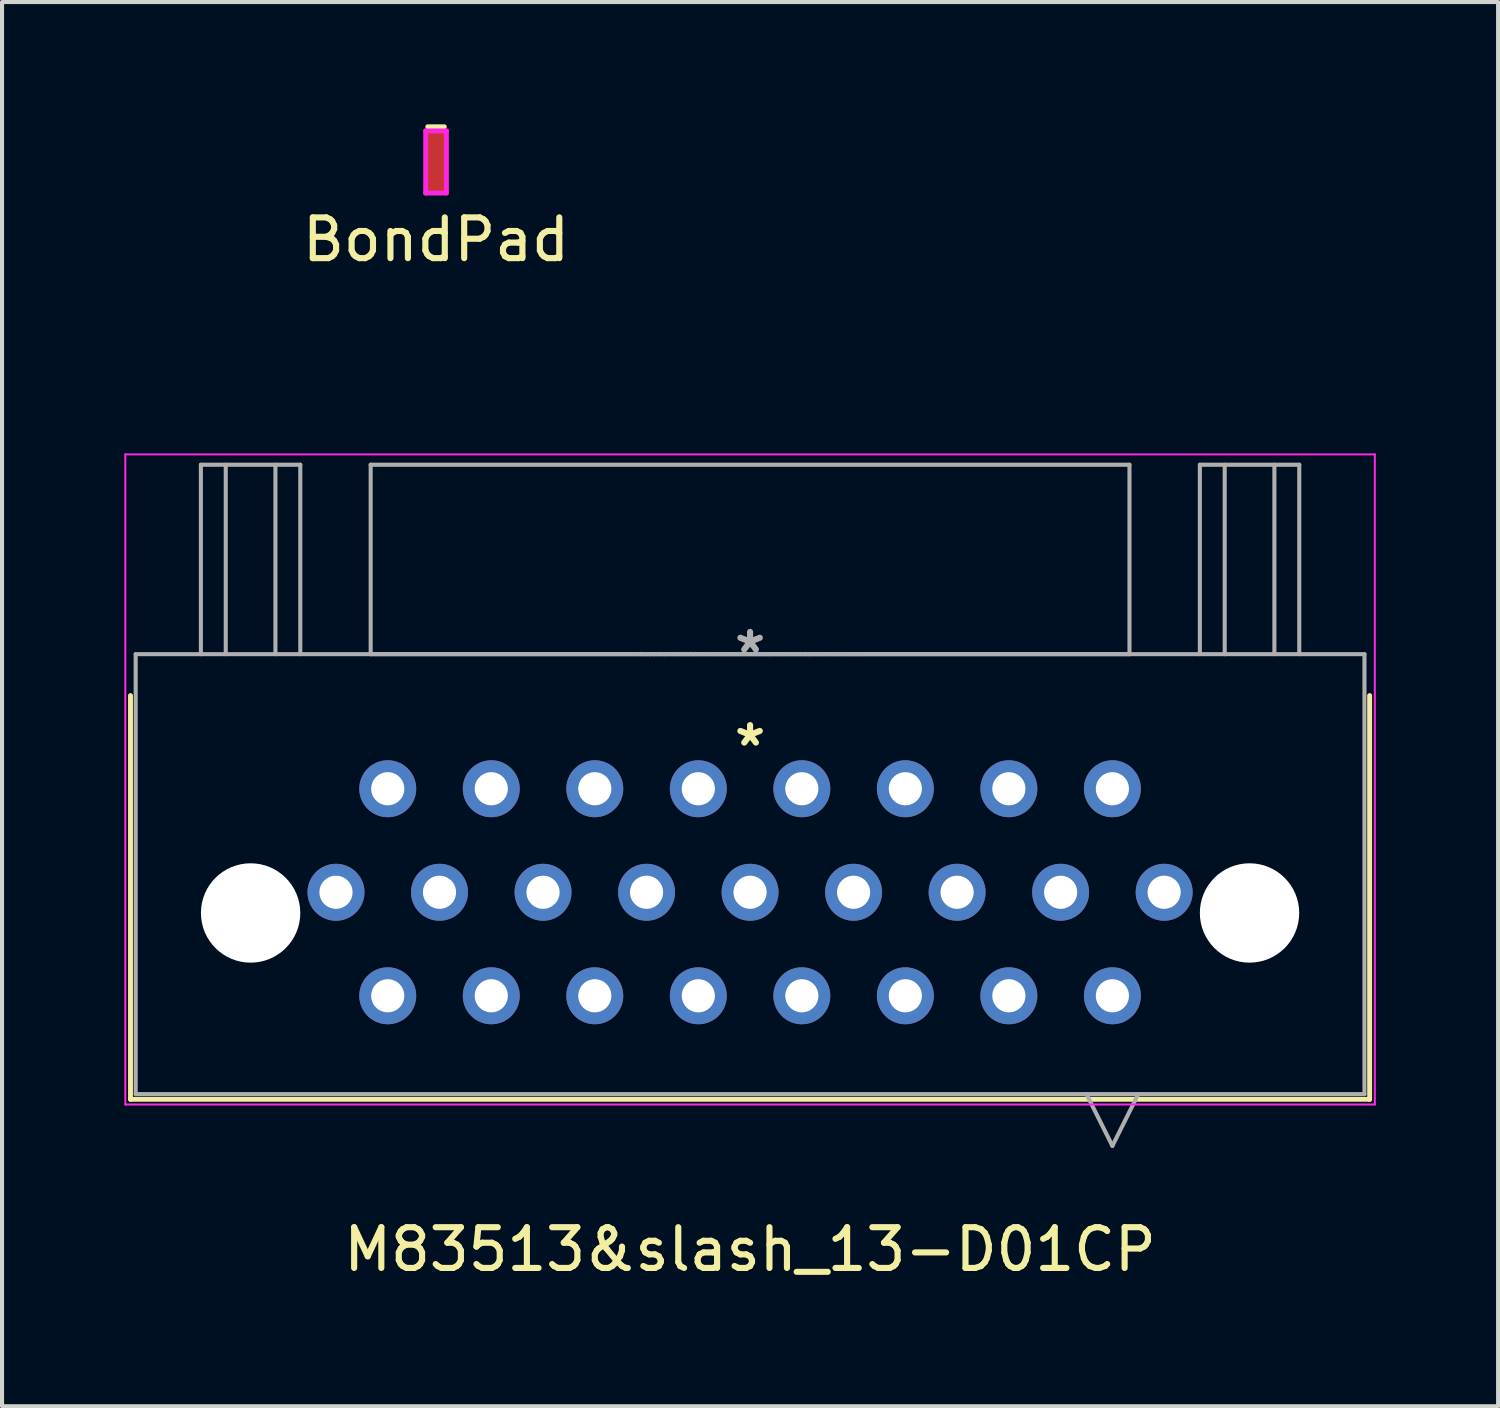
<source format=kicad_pcb>
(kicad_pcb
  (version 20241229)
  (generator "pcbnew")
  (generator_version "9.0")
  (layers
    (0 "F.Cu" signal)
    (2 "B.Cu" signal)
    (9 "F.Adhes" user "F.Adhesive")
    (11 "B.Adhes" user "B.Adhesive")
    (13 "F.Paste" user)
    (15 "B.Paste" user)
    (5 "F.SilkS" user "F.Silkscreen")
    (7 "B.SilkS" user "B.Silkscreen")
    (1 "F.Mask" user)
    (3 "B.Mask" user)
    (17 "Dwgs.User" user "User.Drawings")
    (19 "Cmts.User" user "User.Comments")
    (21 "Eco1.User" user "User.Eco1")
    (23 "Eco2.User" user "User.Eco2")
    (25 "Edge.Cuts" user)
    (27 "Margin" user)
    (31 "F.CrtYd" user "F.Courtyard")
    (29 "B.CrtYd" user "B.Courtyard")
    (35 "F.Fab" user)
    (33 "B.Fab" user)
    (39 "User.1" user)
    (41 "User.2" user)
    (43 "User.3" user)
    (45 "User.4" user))
  (footprint "BondPad"
    (layer "F.Cu")
    (at 7.649 0.924)
    (property "Reference" "BondPad" (at 0 1.905 0) (layer "F.SilkS") (effects (font (size 1 1) (thickness 0.15))))
    (attr through_hole)
    (fp_line (start -0.203 -0.864) (end 0.203 -0.864) (stroke (width 0.12) (type solid)) (layer "F.SilkS"))
    (fp_line (start -0.254 -0.762) (end 0.254 -0.762) (stroke (width 0.12) (type solid)) (layer "F.CrtYd"))
    (fp_line (start -0.254 0.762) (end -0.254 -0.762) (stroke (width 0.12) (type solid)) (layer "F.CrtYd"))
    (fp_line (start 0.254 -0.762) (end 0.254 0.762) (stroke (width 0.12) (type solid)) (layer "F.CrtYd"))
    (fp_line (start 0.254 0.762) (end -0.254 0.762) (stroke (width 0.12) (type solid)) (layer "F.CrtYd"))
    (fp_text user "Soft gold Bond Pad" (at 0 3.302 0) (layer "Eco1.User") (effects (font (size 1 1) (thickness 0.15))))
    (pad "1" smd rect (at 0 0) (size 0.457 1.524) (layers "F.Cu" "F.Mask" "F.Paste")))
  (footprint "M83513&slash_13-D01CP"
    (layer "F.Cu")
    (at 15.354 13.001)
    (property "Reference" "M83513&slash_13-D01CP" (at 0 14.605 0) (layer "F.SilkS") (effects (font (size 1 1) (thickness 0.15))))
    (attr through_hole)
    (fp_line (start -15.202 1.016) (end -15.202 10.922) (stroke (width 0.12) (type solid)) (layer "F.SilkS"))
    (fp_line (start -15.202 10.922) (end 15.202 10.922) (stroke (width 0.12) (type solid)) (layer "F.SilkS"))
    (fp_line (start 15.202 10.922) (end 15.202 1.016) (stroke (width 0.12) (type solid)) (layer "F.SilkS"))
    (fp_line (start -15.329 -4.902) (end -15.329 11.049) (stroke (width 0.05) (type solid)) (layer "F.CrtYd"))
    (fp_line (start -15.329 11.049) (end 15.329 11.049) (stroke (width 0.05) (type solid)) (layer "F.CrtYd"))
    (fp_line (start 15.329 -4.902) (end -15.329 -4.902) (stroke (width 0.05) (type solid)) (layer "F.CrtYd"))
    (fp_line (start 15.329 11.049) (end 15.329 -4.902) (stroke (width 0.05) (type solid)) (layer "F.CrtYd"))
    (fp_line (start -15.075 0) (end -15.075 10.795) (stroke (width 0.1) (type solid)) (layer "F.Fab"))
    (fp_line (start -15.075 10.795) (end 15.075 10.795) (stroke (width 0.1) (type solid)) (layer "F.Fab"))
    (fp_line (start -13.475 -4.648) (end -11.036 -4.648) (stroke (width 0.1) (type solid)) (layer "F.Fab"))
    (fp_line (start -13.475 0) (end -13.475 -4.648) (stroke (width 0.1) (type solid)) (layer "F.Fab"))
    (fp_line (start -12.865 0) (end -12.865 -4.648) (stroke (width 0.1) (type solid)) (layer "F.Fab"))
    (fp_line (start -11.646 -4.648) (end -11.646 0) (stroke (width 0.1) (type solid)) (layer "F.Fab"))
    (fp_line (start -11.036 -4.648) (end -11.036 0) (stroke (width 0.1) (type solid)) (layer "F.Fab"))
    (fp_line (start -9.309 -4.648) (end -9.309 0) (stroke (width 0.1) (type solid)) (layer "F.Fab"))
    (fp_line (start -9.309 0) (end 9.309 0) (stroke (width 0.1) (type solid)) (layer "F.Fab"))
    (fp_line (start 8.255 10.795) (end 8.89 12.065) (stroke (width 0.1) (type solid)) (layer "F.Fab"))
    (fp_line (start 9.309 -4.648) (end -9.309 -4.648) (stroke (width 0.1) (type solid)) (layer "F.Fab"))
    (fp_line (start 9.309 0) (end 9.309 -4.648) (stroke (width 0.1) (type solid)) (layer "F.Fab"))
    (fp_line (start 9.525 10.795) (end 8.89 12.065) (stroke (width 0.1) (type solid)) (layer "F.Fab"))
    (fp_line (start 11.036 -4.648) (end 13.475 -4.648) (stroke (width 0.1) (type solid)) (layer "F.Fab"))
    (fp_line (start 11.036 0) (end 11.036 -4.648) (stroke (width 0.1) (type solid)) (layer "F.Fab"))
    (fp_line (start 11.646 0) (end 11.646 -4.648) (stroke (width 0.1) (type solid)) (layer "F.Fab"))
    (fp_line (start 12.865 -4.648) (end 12.865 0) (stroke (width 0.1) (type solid)) (layer "F.Fab"))
    (fp_line (start 13.475 -4.648) (end 13.475 0) (stroke (width 0.1) (type solid)) (layer "F.Fab"))
    (fp_line (start 15.075 0) (end -15.075 0) (stroke (width 0.1) (type solid)) (layer "F.Fab"))
    (fp_line (start 15.075 10.795) (end 15.075 0) (stroke (width 0.1) (type solid)) (layer "F.Fab"))
    (fp_text user "*" (at 0 2.286 0) (layer "F.SilkS") (effects (font (size 1 1) (thickness 0.15))))
    (fp_text user "Copyright 2021 Accelerated Designs. All rights reserved." (at 0 0 0) (layer "Cmts.User") (effects (font (size 0.127 0.127) (thickness 0.002))))
    (fp_text user "*" (at 0 0 0) (layer "F.Fab") (effects (font (size 1 1) (thickness 0.15))))
    (pad "" np_thru_hole circle (at -12.255 6.35 90) (size 2.438 2.438) (drill 2.438) (layers "*.Cu" "*.Mask"))
    (pad "" np_thru_hole circle (at 12.255 6.35) (size 2.438 2.438) (drill 2.438) (layers "*.Cu" "*.Mask"))
    (pad "1" thru_hole circle (at 10.16 5.842) (size 1.397 1.397) (drill 0.813) (layers "*.Cu" "*.Mask"))
    (pad "2" thru_hole circle (at 8.89 3.302) (size 1.397 1.397) (drill 0.813) (layers "*.Cu" "*.Mask"))
    (pad "3" thru_hole circle (at 6.35 3.302) (size 1.397 1.397) (drill 0.813) (layers "*.Cu" "*.Mask"))
    (pad "4" thru_hole circle (at 3.81 3.302) (size 1.397 1.397) (drill 0.813) (layers "*.Cu" "*.Mask"))
    (pad "5" thru_hole circle (at 2.54 5.842) (size 1.397 1.397) (drill 0.813) (layers "*.Cu" "*.Mask"))
    (pad "6" thru_hole circle (at 1.27 3.302) (size 1.397 1.397) (drill 0.813) (layers "*.Cu" "*.Mask"))
    (pad "7" thru_hole circle (at 0 5.842) (size 1.397 1.397) (drill 0.813) (layers "*.Cu" "*.Mask"))
    (pad "8" thru_hole circle (at -1.27 3.302) (size 1.397 1.397) (drill 0.813) (layers "*.Cu" "*.Mask"))
    (pad "9" thru_hole circle (at -2.54 5.842) (size 1.397 1.397) (drill 0.813) (layers "*.Cu" "*.Mask"))
    (pad "10" thru_hole circle (at -3.81 3.302) (size 1.397 1.397) (drill 0.813) (layers "*.Cu" "*.Mask"))
    (pad "11" thru_hole circle (at -6.35 3.302) (size 1.397 1.397) (drill 0.813) (layers "*.Cu" "*.Mask"))
    (pad "12" thru_hole circle (at -8.89 3.302) (size 1.397 1.397) (drill 0.813) (layers "*.Cu" "*.Mask"))
    (pad "13" thru_hole circle (at -10.16 5.842) (size 1.397 1.397) (drill 0.813) (layers "*.Cu" "*.Mask"))
    (pad "14" thru_hole circle (at 8.89 8.382) (size 1.397 1.397) (drill 0.813) (layers "*.Cu" "*.Mask"))
    (pad "15" thru_hole circle (at 7.62 5.842) (size 1.397 1.397) (drill 0.813) (layers "*.Cu" "*.Mask"))
    (pad "16" thru_hole circle (at 6.35 8.382) (size 1.397 1.397) (drill 0.813) (layers "*.Cu" "*.Mask"))
    (pad "17" thru_hole circle (at 5.08 5.842) (size 1.397 1.397) (drill 0.813) (layers "*.Cu" "*.Mask"))
    (pad "18" thru_hole circle (at 3.81 8.382) (size 1.397 1.397) (drill 0.813) (layers "*.Cu" "*.Mask"))
    (pad "19" thru_hole circle (at 1.27 8.382) (size 1.397 1.397) (drill 0.813) (layers "*.Cu" "*.Mask"))
    (pad "20" thru_hole circle (at -1.27 8.382) (size 1.397 1.397) (drill 0.813) (layers "*.Cu" "*.Mask"))
    (pad "21" thru_hole circle (at -3.81 8.382) (size 1.397 1.397) (drill 0.813) (layers "*.Cu" "*.Mask"))
    (pad "22" thru_hole circle (at -5.08 5.842) (size 1.397 1.397) (drill 0.813) (layers "*.Cu" "*.Mask"))
    (pad "23" thru_hole circle (at -6.35 8.382) (size 1.397 1.397) (drill 0.813) (layers "*.Cu" "*.Mask"))
    (pad "24" thru_hole circle (at -7.62 5.842) (size 1.397 1.397) (drill 0.813) (layers "*.Cu" "*.Mask"))
    (pad "25" thru_hole circle (at -8.89 8.382) (size 1.397 1.397) (drill 0.813) (layers "*.Cu" "*.Mask")))
  (gr_rect
    (start -3 -3)
    (end 33.708 31.454)
    (stroke (width 0.1) (type default))
    (fill no)
    (layer "Edge.Cuts")))
</source>
